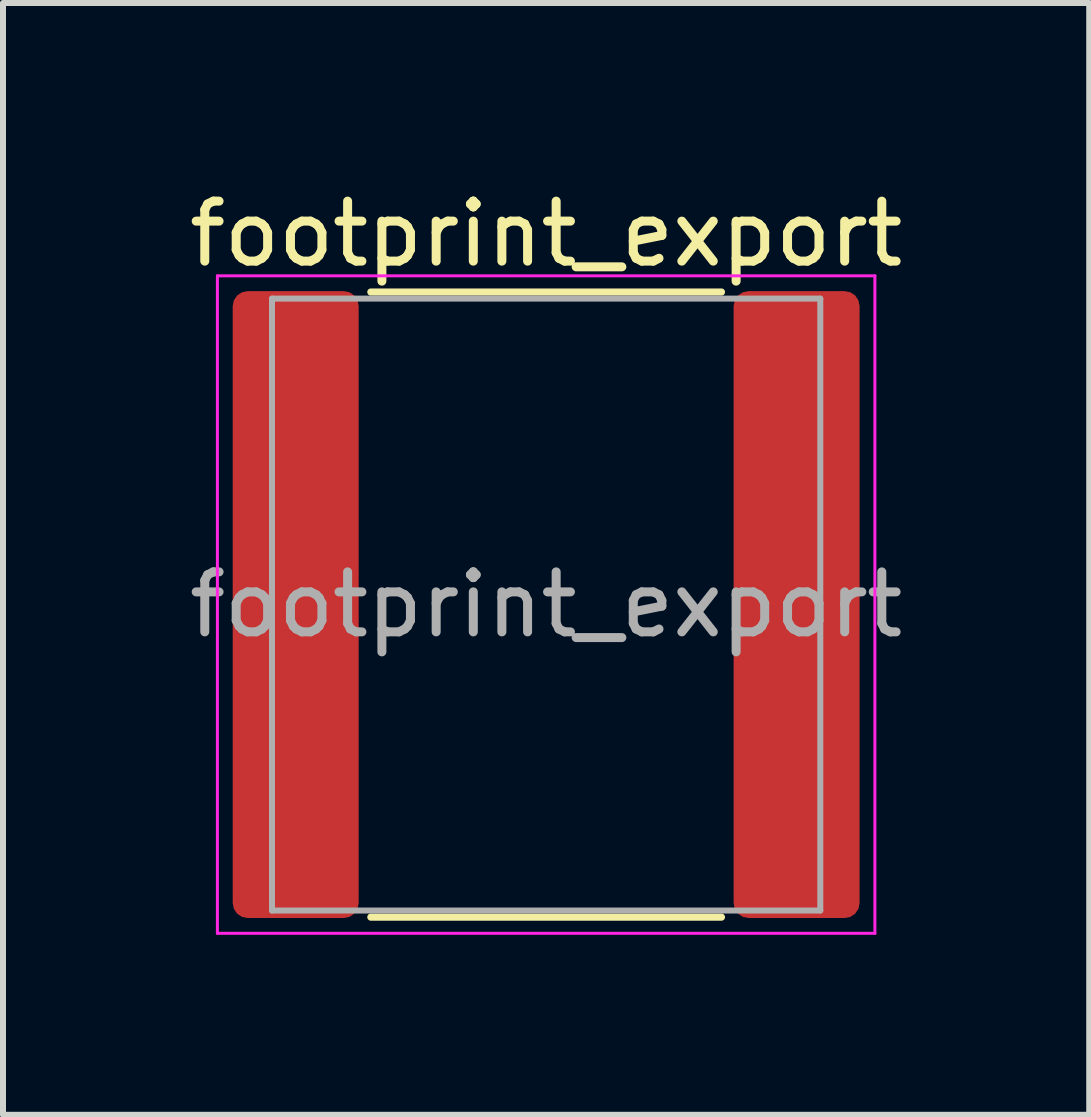
<source format=kicad_pcb>
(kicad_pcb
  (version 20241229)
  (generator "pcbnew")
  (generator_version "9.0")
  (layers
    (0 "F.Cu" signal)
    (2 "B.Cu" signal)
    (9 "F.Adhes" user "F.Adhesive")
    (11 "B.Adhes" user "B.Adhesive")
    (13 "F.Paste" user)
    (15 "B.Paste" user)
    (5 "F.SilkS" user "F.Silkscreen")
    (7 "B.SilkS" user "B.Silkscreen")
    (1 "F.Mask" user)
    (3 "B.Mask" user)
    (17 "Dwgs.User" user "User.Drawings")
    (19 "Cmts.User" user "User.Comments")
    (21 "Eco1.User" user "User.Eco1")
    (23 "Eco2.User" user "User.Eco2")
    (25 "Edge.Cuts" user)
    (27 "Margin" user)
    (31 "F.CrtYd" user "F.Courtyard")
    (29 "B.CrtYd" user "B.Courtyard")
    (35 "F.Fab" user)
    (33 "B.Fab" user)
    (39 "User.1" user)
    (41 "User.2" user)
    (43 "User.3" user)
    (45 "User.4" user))
  (footprint "footprint_export"
    (layer "F.Cu")
    (at 6.054 7.028)
    (property "Reference" "footprint_export" (at 0 -6.18 0) (layer "F.SilkS") (effects (font (size 1 1) (thickness 0.15))))
    (attr smd)
    (fp_line (start -2.922 -5.21) (end 2.922 -5.21) (stroke (width 0.12) (type solid)) (layer "F.SilkS"))
    (fp_line (start -2.922 5.21) (end 2.922 5.21) (stroke (width 0.12) (type solid)) (layer "F.SilkS"))
    (fp_line (start -5.48 -5.48) (end 5.48 -5.48) (stroke (width 0.05) (type solid)) (layer "F.CrtYd"))
    (fp_line (start -5.48 5.48) (end -5.48 -5.48) (stroke (width 0.05) (type solid)) (layer "F.CrtYd"))
    (fp_line (start 5.48 -5.48) (end 5.48 5.48) (stroke (width 0.05) (type solid)) (layer "F.CrtYd"))
    (fp_line (start 5.48 5.48) (end -5.48 5.48) (stroke (width 0.05) (type solid)) (layer "F.CrtYd"))
    (fp_line (start -4.57 -5.1) (end 4.57 -5.1) (stroke (width 0.1) (type solid)) (layer "F.Fab"))
    (fp_line (start -4.57 5.1) (end -4.57 -5.1) (stroke (width 0.1) (type solid)) (layer "F.Fab"))
    (fp_line (start 4.57 -5.1) (end 4.57 5.1) (stroke (width 0.1) (type solid)) (layer "F.Fab"))
    (fp_line (start 4.57 5.1) (end -4.57 5.1) (stroke (width 0.1) (type solid)) (layer "F.Fab"))
    (fp_text user "${REFERENCE}" (at 0 0 0) (layer "F.Fab") (effects (font (size 1 1) (thickness 0.15))))
    (pad "1" smd roundrect (at -4.175 0) (size 2.1 10.45) (layers "F.Cu" "F.Mask" "F.Paste") (roundrect_rratio 0.119))
    (pad "2" smd roundrect (at 4.175 0) (size 2.1 10.45) (layers "F.Cu" "F.Mask" "F.Paste") (roundrect_rratio 0.119)))
  (gr_rect
    (start -3 -3)
    (end 15.107 15.533)
    (stroke (width 0.1) (type default))
    (fill no)
    (layer "Edge.Cuts")))
</source>
